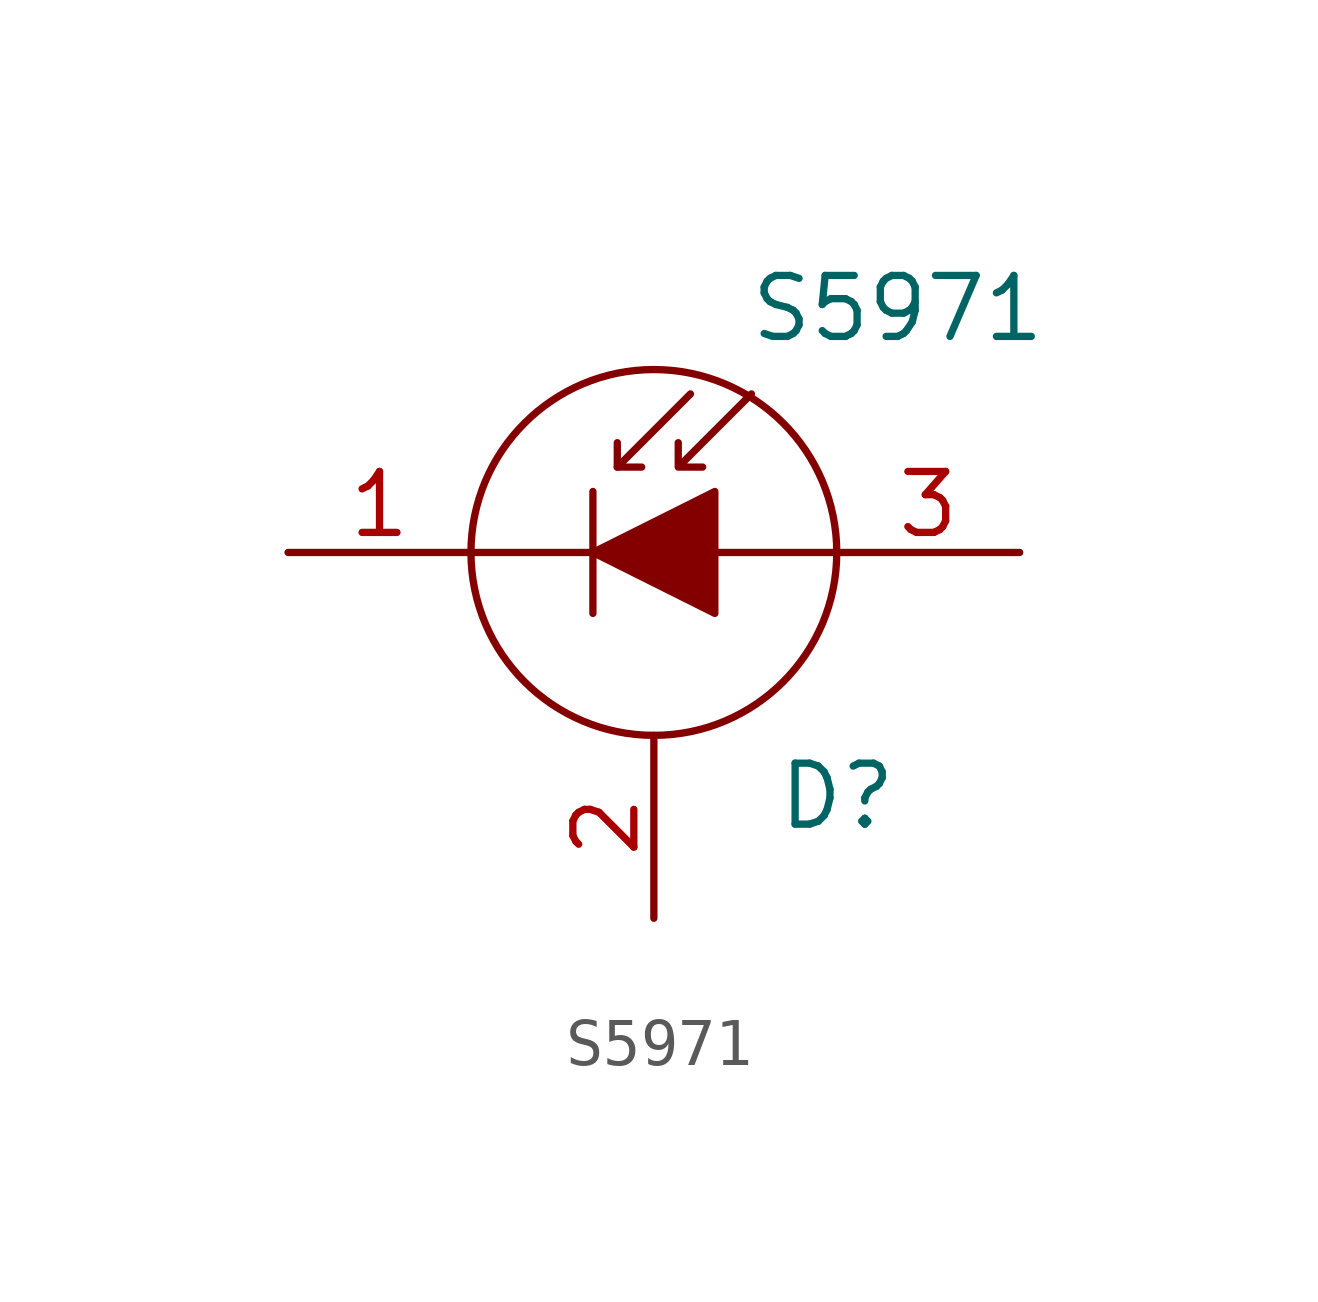
<source format=kicad_sym>
(kicad_symbol_lib
  (version 20201005)
  (generator kicad_symbol_editor)
  (symbol "S5971"
    (pin_names
      (offset 0.254) hide)
    (property "Reference" "D"
      (at 2.54 -5.08 0)
      (effects (font (size 1.27 1.27)) (justify left)))
    (property "Value" "S5971"
      (at 5.08 5.08 0)
      (effects (font (size 1.27 1.27))))
    (symbol "S5971_0_0"
      (pin passive line (at 0 -7.62 90) (length 3.81) (name "C" (effects (font (size 1.27 1.27)))) (number "2" (effects (font (size 1.27 1.27))))))
    (symbol "S5971_0_1"
      (circle (center 0 0) (radius 3.81) (stroke (width 0)) (fill (type none)))
      (polyline (pts (xy -1.27 0) (xy -3.81 0)) (stroke (width 0)) (fill (type none)))
      (polyline (pts (xy -1.27 1.27) (xy -1.27 -1.27)) (stroke (width 0.152)) (fill (type none)))
      (polyline (pts (xy -0.762 1.778) (xy -0.254 1.778)) (stroke (width 0)) (fill (type none)))
      (polyline (pts (xy 3.81 0) (xy 1.27 0)) (stroke (width 0)) (fill (type none)))
      (polyline (pts (xy 0.762 3.302) (xy -0.762 1.778) (xy -0.762 2.286)) (stroke (width 0)) (fill (type none)))
      (polyline (pts (xy 2.032 3.302) (xy 0.508 1.778) (xy 0.508 2.286) (xy 0.508 1.778) (xy 1.016 1.778)) (stroke (width 0)) (fill (type none)))
      (polyline (pts (xy -1.27 0) (xy 1.27 1.27) (xy 1.27 -1.27) (xy -1.27 0)) (stroke (width 0)) (fill (type outline))))
    (symbol "S5971_1_1"
      (pin passive line (at -7.62 0 0) (length 3.81) (name "K" (effects (font (size 1.27 1.27)))) (number "1" (effects (font (size 1.27 1.27)))))
      (pin passive line (at 7.62 0 180) (length 3.81) (name "A" (effects (font (size 1.27 1.27)))) (number "3" (effects (font (size 1.27 1.27))))))))
</source>
